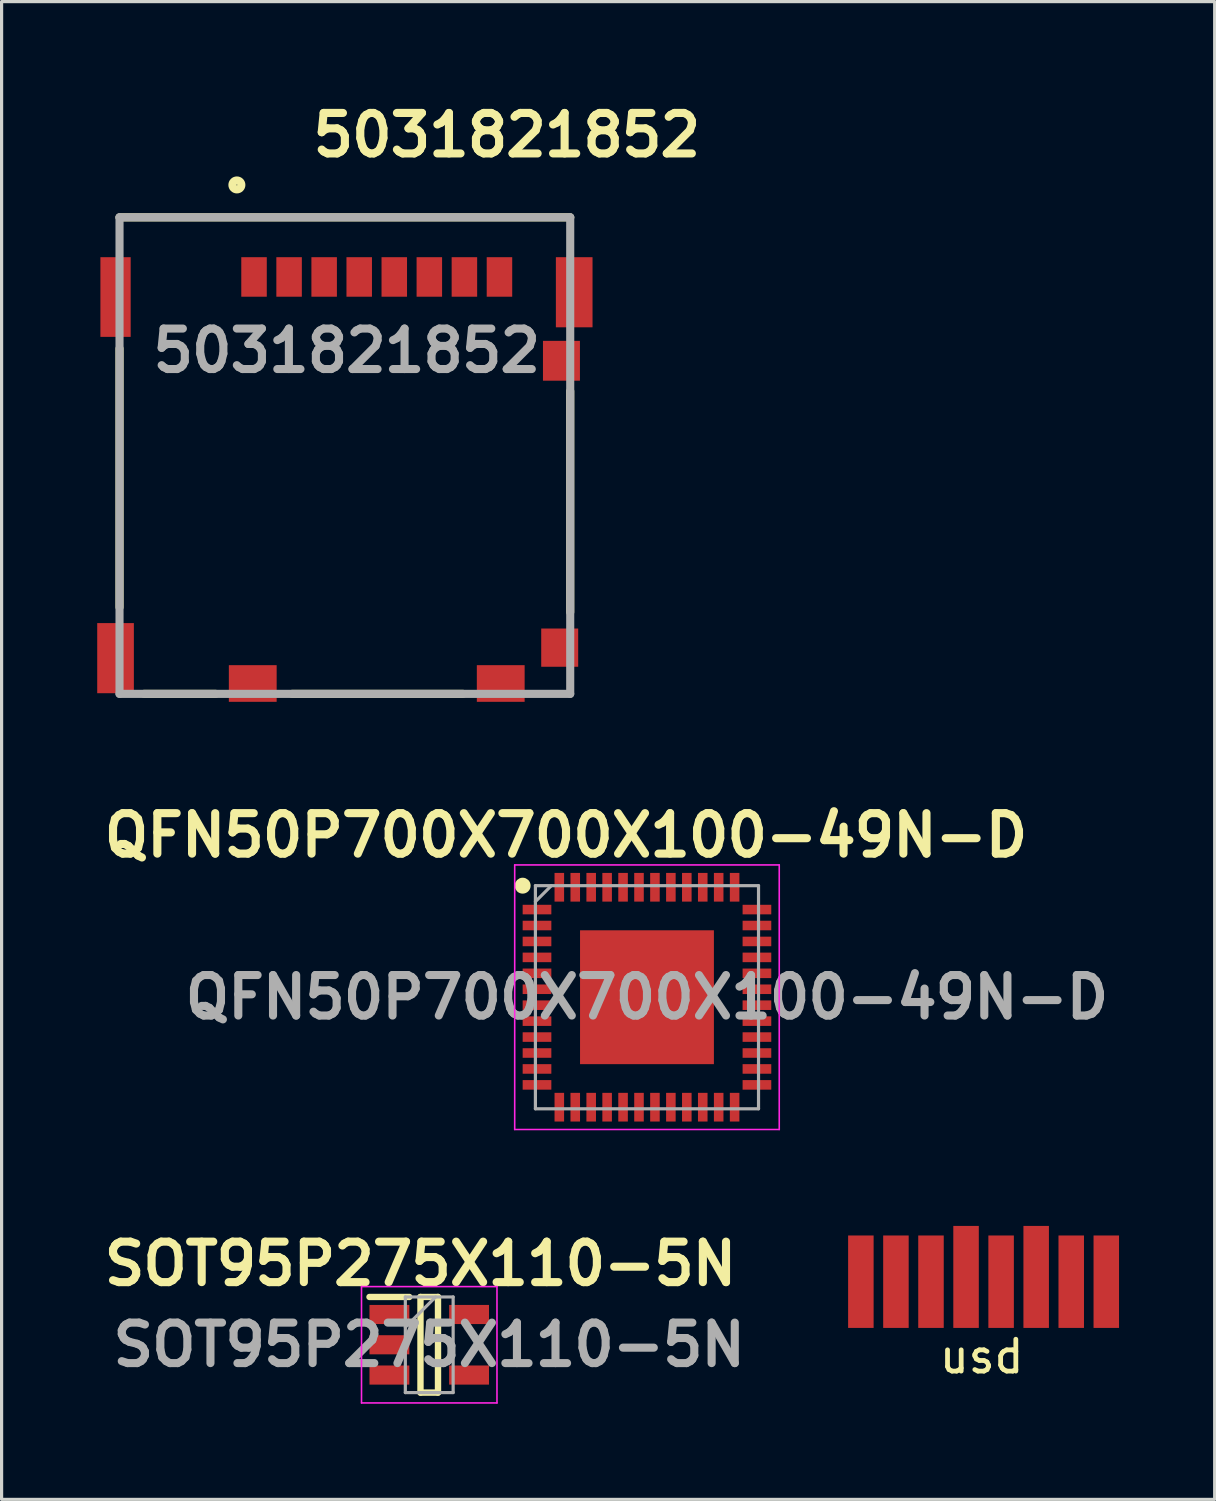
<source format=kicad_pcb>
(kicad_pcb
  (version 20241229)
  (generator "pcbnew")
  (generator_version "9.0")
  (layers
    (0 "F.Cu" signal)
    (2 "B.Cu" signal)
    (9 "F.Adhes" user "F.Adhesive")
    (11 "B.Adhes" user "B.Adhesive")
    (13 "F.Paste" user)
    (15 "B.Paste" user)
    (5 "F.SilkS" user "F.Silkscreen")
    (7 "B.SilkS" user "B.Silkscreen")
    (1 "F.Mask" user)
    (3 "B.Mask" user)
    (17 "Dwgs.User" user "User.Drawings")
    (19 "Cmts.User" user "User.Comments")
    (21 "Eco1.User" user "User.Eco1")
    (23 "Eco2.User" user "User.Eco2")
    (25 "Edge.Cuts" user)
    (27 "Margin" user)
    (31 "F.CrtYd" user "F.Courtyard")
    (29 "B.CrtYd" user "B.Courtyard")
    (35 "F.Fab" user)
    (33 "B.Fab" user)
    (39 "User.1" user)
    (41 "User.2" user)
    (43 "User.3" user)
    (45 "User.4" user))
  (footprint "QFN50P700X700X100-49N-D"
    (layer "F.Cu")
    (at 17.248 28.237)
    (property "Reference" "QFN50P700X700X100-49N-D" (at -2.54 -5.08 0) (layer "F.SilkS") (effects (font (size 1.27 1.27) (thickness 0.254))))
    (attr smd)
    (fp_circle (center -3.9 -3.5) (end -3.9 -3.375) (stroke (width 0.25) (type solid)) (fill no) (layer "F.SilkS"))
    (fp_line (start -4.15 -4.15) (end 4.15 -4.15) (stroke (width 0.05) (type solid)) (layer "F.CrtYd"))
    (fp_line (start -4.15 4.15) (end -4.15 -4.15) (stroke (width 0.05) (type solid)) (layer "F.CrtYd"))
    (fp_line (start 4.15 -4.15) (end 4.15 4.15) (stroke (width 0.05) (type solid)) (layer "F.CrtYd"))
    (fp_line (start 4.15 4.15) (end -4.15 4.15) (stroke (width 0.05) (type solid)) (layer "F.CrtYd"))
    (fp_line (start -3.5 -3.5) (end 3.5 -3.5) (stroke (width 0.1) (type solid)) (layer "F.Fab"))
    (fp_line (start -3.5 -3) (end -3 -3.5) (stroke (width 0.1) (type solid)) (layer "F.Fab"))
    (fp_line (start -3.5 3.5) (end -3.5 -3.5) (stroke (width 0.1) (type solid)) (layer "F.Fab"))
    (fp_line (start 3.5 -3.5) (end 3.5 3.5) (stroke (width 0.1) (type solid)) (layer "F.Fab"))
    (fp_line (start 3.5 3.5) (end -3.5 3.5) (stroke (width 0.1) (type solid)) (layer "F.Fab"))
    (fp_text user "${REFERENCE}" (at 0 0 0) (layer "F.Fab") (effects (font (size 1.27 1.27) (thickness 0.254))))
    (pad "1" smd rect (at -3.45 -2.75 90) (size 0.3 0.9) (layers "F.Cu" "F.Mask" "F.Paste"))
    (pad "2" smd rect (at -3.45 -2.25 90) (size 0.3 0.9) (layers "F.Cu" "F.Mask" "F.Paste"))
    (pad "3" smd rect (at -3.45 -1.75 90) (size 0.3 0.9) (layers "F.Cu" "F.Mask" "F.Paste"))
    (pad "4" smd rect (at -3.45 -1.25 90) (size 0.3 0.9) (layers "F.Cu" "F.Mask" "F.Paste"))
    (pad "5" smd rect (at -3.45 -0.75 90) (size 0.3 0.9) (layers "F.Cu" "F.Mask" "F.Paste"))
    (pad "6" smd rect (at -3.45 -0.25 90) (size 0.3 0.9) (layers "F.Cu" "F.Mask" "F.Paste"))
    (pad "7" smd rect (at -3.45 0.25 90) (size 0.3 0.9) (layers "F.Cu" "F.Mask" "F.Paste"))
    (pad "8" smd rect (at -3.45 0.75 90) (size 0.3 0.9) (layers "F.Cu" "F.Mask" "F.Paste"))
    (pad "9" smd rect (at -3.45 1.25 90) (size 0.3 0.9) (layers "F.Cu" "F.Mask" "F.Paste"))
    (pad "10" smd rect (at -3.45 1.75 90) (size 0.3 0.9) (layers "F.Cu" "F.Mask" "F.Paste"))
    (pad "11" smd rect (at -3.45 2.25 90) (size 0.3 0.9) (layers "F.Cu" "F.Mask" "F.Paste"))
    (pad "12" smd rect (at -3.45 2.75 90) (size 0.3 0.9) (layers "F.Cu" "F.Mask" "F.Paste"))
    (pad "13" smd rect (at -2.75 3.45) (size 0.3 0.9) (layers "F.Cu" "F.Mask" "F.Paste"))
    (pad "14" smd rect (at -2.25 3.45) (size 0.3 0.9) (layers "F.Cu" "F.Mask" "F.Paste"))
    (pad "15" smd rect (at -1.75 3.45) (size 0.3 0.9) (layers "F.Cu" "F.Mask" "F.Paste"))
    (pad "16" smd rect (at -1.25 3.45) (size 0.3 0.9) (layers "F.Cu" "F.Mask" "F.Paste"))
    (pad "17" smd rect (at -0.75 3.45) (size 0.3 0.9) (layers "F.Cu" "F.Mask" "F.Paste"))
    (pad "18" smd rect (at -0.25 3.45) (size 0.3 0.9) (layers "F.Cu" "F.Mask" "F.Paste"))
    (pad "19" smd rect (at 0.25 3.45) (size 0.3 0.9) (layers "F.Cu" "F.Mask" "F.Paste"))
    (pad "20" smd rect (at 0.75 3.45) (size 0.3 0.9) (layers "F.Cu" "F.Mask" "F.Paste"))
    (pad "21" smd rect (at 1.25 3.45) (size 0.3 0.9) (layers "F.Cu" "F.Mask" "F.Paste"))
    (pad "22" smd rect (at 1.75 3.45) (size 0.3 0.9) (layers "F.Cu" "F.Mask" "F.Paste"))
    (pad "23" smd rect (at 2.25 3.45) (size 0.3 0.9) (layers "F.Cu" "F.Mask" "F.Paste"))
    (pad "24" smd rect (at 2.75 3.45) (size 0.3 0.9) (layers "F.Cu" "F.Mask" "F.Paste"))
    (pad "25" smd rect (at 3.45 2.75 90) (size 0.3 0.9) (layers "F.Cu" "F.Mask" "F.Paste"))
    (pad "26" smd rect (at 3.45 2.25 90) (size 0.3 0.9) (layers "F.Cu" "F.Mask" "F.Paste"))
    (pad "27" smd rect (at 3.45 1.75 90) (size 0.3 0.9) (layers "F.Cu" "F.Mask" "F.Paste"))
    (pad "28" smd rect (at 3.45 1.25 90) (size 0.3 0.9) (layers "F.Cu" "F.Mask" "F.Paste"))
    (pad "29" smd rect (at 3.45 0.75 90) (size 0.3 0.9) (layers "F.Cu" "F.Mask" "F.Paste"))
    (pad "30" smd rect (at 3.45 0.25 90) (size 0.3 0.9) (layers "F.Cu" "F.Mask" "F.Paste"))
    (pad "31" smd rect (at 3.45 -0.25 90) (size 0.3 0.9) (layers "F.Cu" "F.Mask" "F.Paste"))
    (pad "32" smd rect (at 3.45 -0.75 90) (size 0.3 0.9) (layers "F.Cu" "F.Mask" "F.Paste"))
    (pad "33" smd rect (at 3.45 -1.25 90) (size 0.3 0.9) (layers "F.Cu" "F.Mask" "F.Paste"))
    (pad "34" smd rect (at 3.45 -1.75 90) (size 0.3 0.9) (layers "F.Cu" "F.Mask" "F.Paste"))
    (pad "35" smd rect (at 3.45 -2.25 90) (size 0.3 0.9) (layers "F.Cu" "F.Mask" "F.Paste"))
    (pad "36" smd rect (at 3.45 -2.75 90) (size 0.3 0.9) (layers "F.Cu" "F.Mask" "F.Paste"))
    (pad "37" smd rect (at 2.75 -3.45) (size 0.3 0.9) (layers "F.Cu" "F.Mask" "F.Paste"))
    (pad "38" smd rect (at 2.25 -3.45) (size 0.3 0.9) (layers "F.Cu" "F.Mask" "F.Paste"))
    (pad "39" smd rect (at 1.75 -3.45) (size 0.3 0.9) (layers "F.Cu" "F.Mask" "F.Paste"))
    (pad "40" smd rect (at 1.25 -3.45) (size 0.3 0.9) (layers "F.Cu" "F.Mask" "F.Paste"))
    (pad "41" smd rect (at 0.75 -3.45) (size 0.3 0.9) (layers "F.Cu" "F.Mask" "F.Paste"))
    (pad "42" smd rect (at 0.25 -3.45) (size 0.3 0.9) (layers "F.Cu" "F.Mask" "F.Paste"))
    (pad "43" smd rect (at -0.25 -3.45) (size 0.3 0.9) (layers "F.Cu" "F.Mask" "F.Paste"))
    (pad "44" smd rect (at -0.75 -3.45) (size 0.3 0.9) (layers "F.Cu" "F.Mask" "F.Paste"))
    (pad "45" smd rect (at -1.25 -3.45) (size 0.3 0.9) (layers "F.Cu" "F.Mask" "F.Paste"))
    (pad "46" smd rect (at -1.75 -3.45) (size 0.3 0.9) (layers "F.Cu" "F.Mask" "F.Paste"))
    (pad "47" smd rect (at -2.25 -3.45) (size 0.3 0.9) (layers "F.Cu" "F.Mask" "F.Paste"))
    (pad "48" smd rect (at -2.75 -3.45) (size 0.3 0.9) (layers "F.Cu" "F.Mask" "F.Paste"))
    (pad "49" smd rect (at 0 0) (size 4.2 4.2) (layers "F.Cu" "F.Mask" "F.Paste")))
  (footprint "usd"
    (layer "F.Cu")
    (at 23.959 37.162)
    (property "Reference" "usd" (at 3.79 2.35 0) (layer "F.SilkS") (effects (font (size 1 1) (thickness 0.15))))
    (attr through_hole)
    (pad "1" smd rect (at 0 0) (size 0.8 2.9) (layers "F.Cu" "F.Mask" "F.Paste"))
    (pad "2" smd rect (at 1.1 0) (size 0.8 2.9) (layers "F.Cu" "F.Mask" "F.Paste"))
    (pad "3" smd rect (at 2.2 0) (size 0.8 2.9) (layers "F.Cu" "F.Mask" "F.Paste"))
    (pad "4" smd rect (at 3.3 -0.15) (size 0.8 3.2) (layers "F.Cu" "F.Mask" "F.Paste"))
    (pad "5" smd rect (at 4.4 0) (size 0.8 2.9) (layers "F.Cu" "F.Mask" "F.Paste"))
    (pad "6" smd rect (at 5.5 -0.15) (size 0.8 3.2) (layers "F.Cu" "F.Mask" "F.Paste"))
    (pad "7" smd rect (at 6.6 0) (size 0.8 2.9) (layers "F.Cu" "F.Mask" "F.Paste"))
    (pad "8" smd rect (at 7.7 0) (size 0.8 2.9) (layers "F.Cu" "F.Mask" "F.Paste")))
  (footprint "5031821852"
    (layer "F.Cu")
    (at 7.77 6.269)
    (property "Reference" "5031821852" (at 5.08 -5.08 0) (layer "F.SilkS") (effects (font (size 1.27 1.27) (thickness 0.254))))
    (attr smd)
    (fp_line (start -7.07 -2.5) (end 7.07 -2.5) (stroke (width 0.254) (type solid)) (layer "F.SilkS"))
    (fp_line (start -7.07 1.618) (end -7.07 9.733) (stroke (width 0.254) (type solid)) (layer "F.SilkS"))
    (fp_line (start -6.3 12.45) (end -4.055 12.45) (stroke (width 0.254) (type solid)) (layer "F.SilkS"))
    (fp_line (start -1.654 12.45) (end 3.704 12.45) (stroke (width 0.254) (type solid)) (layer "F.SilkS"))
    (fp_line (start 7.07 2.952) (end 7.07 9.889) (stroke (width 0.254) (type solid)) (layer "F.SilkS"))
    (fp_circle (center -3.388 -3.517) (end -3.388 -3.377) (stroke (width 0.254) (type solid)) (fill no) (layer "F.SilkS"))
    (fp_line (start -7.07 -2.5) (end 7.07 -2.5) (stroke (width 0.254) (type solid)) (layer "F.Fab"))
    (fp_line (start -7.07 12.45) (end -7.07 -2.5) (stroke (width 0.254) (type solid)) (layer "F.Fab"))
    (fp_line (start 7.07 -2.5) (end 7.07 12.45) (stroke (width 0.254) (type solid)) (layer "F.Fab"))
    (fp_line (start 7.07 12.45) (end -7.07 12.45) (stroke (width 0.254) (type solid)) (layer "F.Fab"))
    (fp_text user "${REFERENCE}" (at 0.058 1.685 0) (layer "F.Fab") (effects (font (size 1.27 1.27) (thickness 0.254))))
    (pad "1" smd rect (at -2.85 -0.63) (size 0.8 1.24) (layers "F.Cu" "F.Mask" "F.Paste"))
    (pad "2" smd rect (at -1.75 -0.63) (size 0.8 1.24) (layers "F.Cu" "F.Mask" "F.Paste"))
    (pad "3" smd rect (at -0.65 -0.63) (size 0.8 1.24) (layers "F.Cu" "F.Mask" "F.Paste"))
    (pad "4" smd rect (at 0.45 -0.63) (size 0.8 1.24) (layers "F.Cu" "F.Mask" "F.Paste"))
    (pad "5" smd rect (at 1.55 -0.63) (size 0.8 1.24) (layers "F.Cu" "F.Mask" "F.Paste"))
    (pad "6" smd rect (at 2.65 -0.63) (size 0.8 1.24) (layers "F.Cu" "F.Mask" "F.Paste"))
    (pad "7" smd rect (at 3.75 -0.63) (size 0.8 1.24) (layers "F.Cu" "F.Mask" "F.Paste"))
    (pad "8" smd rect (at 4.85 -0.63) (size 0.8 1.24) (layers "F.Cu" "F.Mask" "F.Paste"))
    (pad "9" smd rect (at -7.195 0) (size 0.95 2.5) (layers "F.Cu" "F.Mask" "F.Paste"))
    (pad "10" smd rect (at 7.195 -0.15) (size 1.15 2.2) (layers "F.Cu" "F.Mask" "F.Paste"))
    (pad "11" smd rect (at 6.795 2) (size 1.16 1.25) (layers "F.Cu" "F.Mask" "F.Paste"))
    (pad "12" smd rect (at 6.74 11) (size 1.16 1.2) (layers "F.Cu" "F.Mask" "F.Paste"))
    (pad "13" smd rect (at 4.89 12.125 90) (size 1.15 1.5) (layers "F.Cu" "F.Mask" "F.Paste"))
    (pad "14" smd rect (at -2.89 12.125 90) (size 1.15 1.5) (layers "F.Cu" "F.Mask" "F.Paste"))
    (pad "15" smd rect (at -7.195 11.33) (size 1.15 2.2) (layers "F.Cu" "F.Mask" "F.Paste")))
  (footprint "SOT95P275X110-5N"
    (layer "F.Cu")
    (at 10.417 39.141)
    (property "Reference" "SOT95P275X110-5N" (at -0.275 -2.54 0) (layer "F.SilkS") (effects (font (size 1.27 1.27) (thickness 0.254))))
    (attr smd)
    (fp_line (start -1.875 -1.5) (end -0.625 -1.5) (stroke (width 0.2) (type solid)) (layer "F.SilkS"))
    (fp_line (start -0.275 -1.5) (end 0.275 -1.5) (stroke (width 0.2) (type solid)) (layer "F.SilkS"))
    (fp_line (start -0.275 1.5) (end -0.275 -1.5) (stroke (width 0.2) (type solid)) (layer "F.SilkS"))
    (fp_line (start 0.275 -1.5) (end 0.275 1.5) (stroke (width 0.2) (type solid)) (layer "F.SilkS"))
    (fp_line (start 0.275 1.5) (end -0.275 1.5) (stroke (width 0.2) (type solid)) (layer "F.SilkS"))
    (fp_line (start -2.125 -1.825) (end 2.125 -1.825) (stroke (width 0.05) (type solid)) (layer "F.CrtYd"))
    (fp_line (start -2.125 1.825) (end -2.125 -1.825) (stroke (width 0.05) (type solid)) (layer "F.CrtYd"))
    (fp_line (start 2.125 -1.825) (end 2.125 1.825) (stroke (width 0.05) (type solid)) (layer "F.CrtYd"))
    (fp_line (start 2.125 1.825) (end -2.125 1.825) (stroke (width 0.05) (type solid)) (layer "F.CrtYd"))
    (fp_line (start -0.75 -1.5) (end 0.75 -1.5) (stroke (width 0.1) (type solid)) (layer "F.Fab"))
    (fp_line (start -0.75 -0.55) (end 0.2 -1.5) (stroke (width 0.1) (type solid)) (layer "F.Fab"))
    (fp_line (start -0.75 1.5) (end -0.75 -1.5) (stroke (width 0.1) (type solid)) (layer "F.Fab"))
    (fp_line (start 0.75 -1.5) (end 0.75 1.5) (stroke (width 0.1) (type solid)) (layer "F.Fab"))
    (fp_line (start 0.75 1.5) (end -0.75 1.5) (stroke (width 0.1) (type solid)) (layer "F.Fab"))
    (fp_text user "${REFERENCE}" (at 0 0 0) (layer "F.Fab") (effects (font (size 1.27 1.27) (thickness 0.254))))
    (pad "1" smd rect (at -1.25 -0.95 90) (size 0.6 1.25) (layers "F.Cu" "F.Mask" "F.Paste"))
    (pad "2" smd rect (at -1.25 0 90) (size 0.6 1.25) (layers "F.Cu" "F.Mask" "F.Paste"))
    (pad "3" smd rect (at -1.25 0.95 90) (size 0.6 1.25) (layers "F.Cu" "F.Mask" "F.Paste"))
    (pad "4" smd rect (at 1.25 0.95 90) (size 0.6 1.25) (layers "F.Cu" "F.Mask" "F.Paste"))
    (pad "5" smd rect (at 1.25 -0.95 90) (size 0.6 1.25) (layers "F.Cu" "F.Mask" "F.Paste")))
  (gr_rect
    (start -3 -3)
    (end 35.059 43.991)
    (stroke (width 0.1) (type default))
    (fill no)
    (layer "Edge.Cuts")))
</source>
